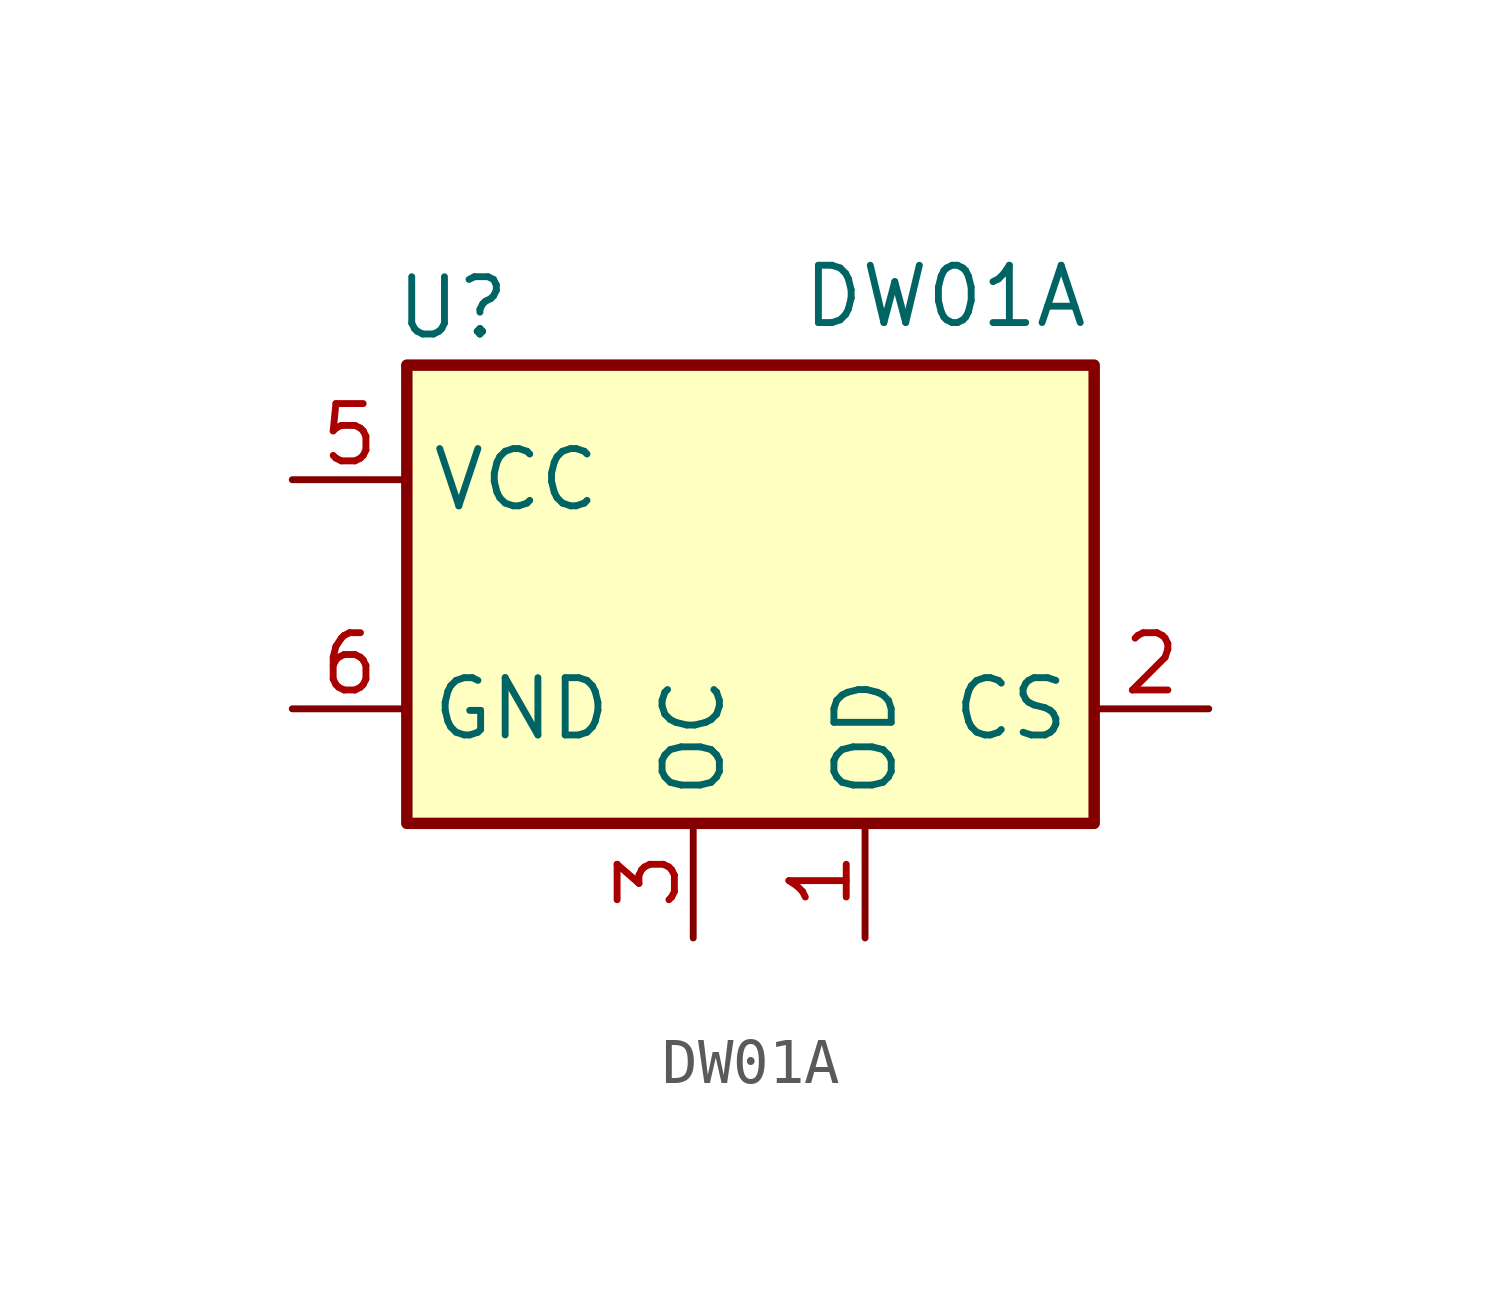
<source format=kicad_sym>
(kicad_symbol_lib
  (version 20241209)
  (generator "kicad_symbol_editor")
  (generator_version "9.0")
  (symbol "DW01A"
    (property "Reference" "U"
      (at -6.604 6.35 0)
      (effects (font (size 1.27 1.27))))
    (property "Value" "DW01A"
      (at 4.318 6.604 0)
      (effects (font (size 1.27 1.27))))
    (symbol "DW01A_0_1"
      (pin power_in line (at -10.16 2.54 0) (length 2.54) (name "VCC" (effects (font (size 1.27 1.27)))) (number "5" (effects (font (size 1.27 1.27)))))
      (pin power_in line (at -10.16 -2.54 0) (length 2.54) (name "GND" (effects (font (size 1.27 1.27)))) (number "6" (effects (font (size 1.27 1.27)))))
      (pin output line (at -1.27 -7.62 90) (length 2.54) (name "OC" (effects (font (size 1.27 1.27)))) (number "3" (effects (font (size 1.27 1.27)))))
      (pin output line (at 2.54 -7.62 90) (length 2.54) (name "OD" (effects (font (size 1.27 1.27)))) (number "1" (effects (font (size 1.27 1.27)))))
      (pin input line (at 10.16 -2.54 180) (length 2.54) (name "CS" (effects (font (size 1.27 1.27)))) (number "2" (effects (font (size 1.27 1.27))))))
    (symbol "DW01A_1_1"
      (rectangle (start -7.62 5.08) (end 7.62 -5.08) (stroke (width 0.254) (type default)) (fill (type background)))
      (pin no_connect line (at 10.16 2.54 180) (length 2.54) (hide yes) (name "TD" (effects (font (size 1.27 1.27)))) (number "4" (effects (font (size 1.27 1.27))))))))
</source>
